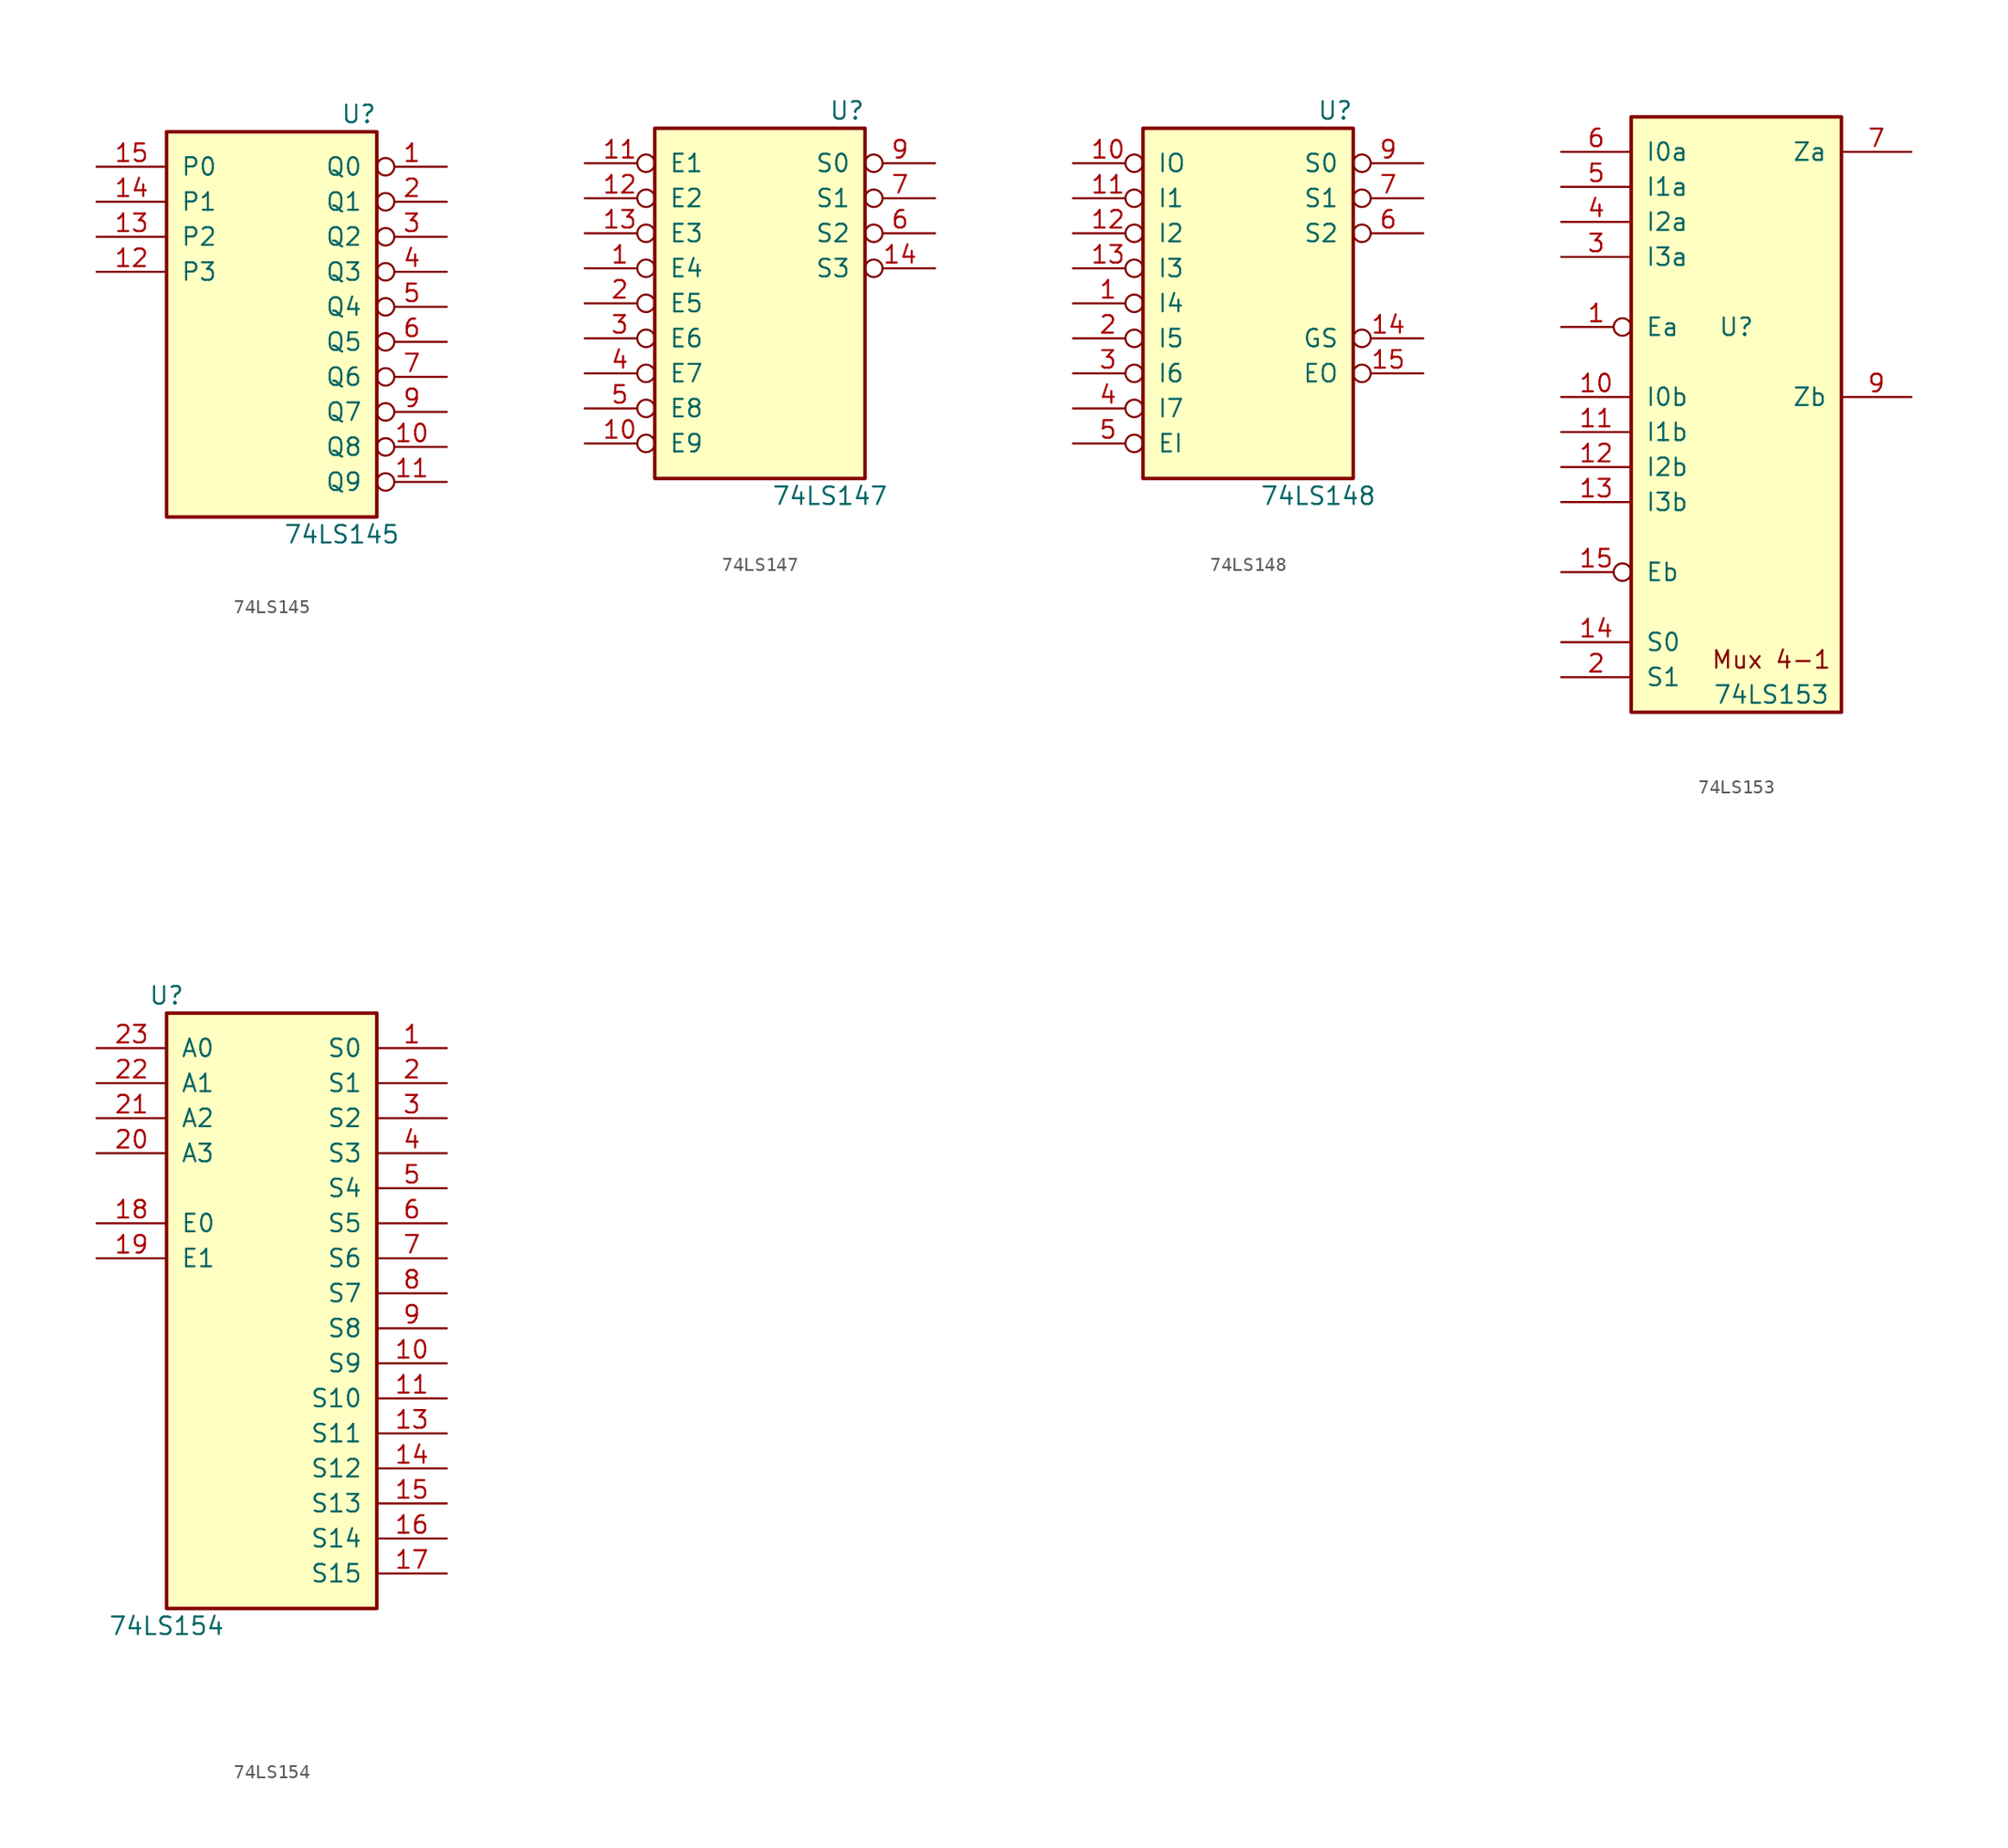
<source format=kicad_sym>
(kicad_symbol_lib
  (version 20231120)
  (generator "kicad_symbol_editor")
  (generator_version "8.0")
  (symbol "74LS145"
    (pin_names
      (offset 1.016))
    (property "Reference" "U"
      (at 7.62 13.97 0)
      (effects (font (size 1.27 1.27)) (justify right)))
    (property "Value" "74LS145"
      (at 5.08 -16.51 0)
      (effects (font (size 1.27 1.27))))
    (property "ki_locked" ""
      (at 0 0 0)
      (effects (font (size 1.27 1.27))))
    (symbol "74LS145_1_0"
      (pin open_collector inverted (at 12.7 10.16 180) (length 5.08) (name "Q0" (effects (font (size 1.27 1.27)))) (number "1" (effects (font (size 1.27 1.27)))))
      (pin open_collector inverted (at 12.7 -10.16 180) (length 5.08) (name "Q8" (effects (font (size 1.27 1.27)))) (number "10" (effects (font (size 1.27 1.27)))))
      (pin open_collector inverted (at 12.7 -12.7 180) (length 5.08) (name "Q9" (effects (font (size 1.27 1.27)))) (number "11" (effects (font (size 1.27 1.27)))))
      (pin input line (at -12.7 2.54 0) (length 5.08) (name "P3" (effects (font (size 1.27 1.27)))) (number "12" (effects (font (size 1.27 1.27)))))
      (pin input line (at -12.7 5.08 0) (length 5.08) (name "P2" (effects (font (size 1.27 1.27)))) (number "13" (effects (font (size 1.27 1.27)))))
      (pin input line (at -12.7 7.62 0) (length 5.08) (name "P1" (effects (font (size 1.27 1.27)))) (number "14" (effects (font (size 1.27 1.27)))))
      (pin input line (at -12.7 10.16 0) (length 5.08) (name "P0" (effects (font (size 1.27 1.27)))) (number "15" (effects (font (size 1.27 1.27)))))
      (pin power_in line (at 0 12.7 270) (length 1.27) hide (name "VCC" (effects (font (size 1.27 1.27)))) (number "16" (effects (font (size 1.27 1.27)))))
      (pin open_collector inverted (at 12.7 7.62 180) (length 5.08) (name "Q1" (effects (font (size 1.27 1.27)))) (number "2" (effects (font (size 1.27 1.27)))))
      (pin open_collector inverted (at 12.7 5.08 180) (length 5.08) (name "Q2" (effects (font (size 1.27 1.27)))) (number "3" (effects (font (size 1.27 1.27)))))
      (pin open_collector inverted (at 12.7 2.54 180) (length 5.08) (name "Q3" (effects (font (size 1.27 1.27)))) (number "4" (effects (font (size 1.27 1.27)))))
      (pin open_collector inverted (at 12.7 0 180) (length 5.08) (name "Q4" (effects (font (size 1.27 1.27)))) (number "5" (effects (font (size 1.27 1.27)))))
      (pin open_collector inverted (at 12.7 -2.54 180) (length 5.08) (name "Q5" (effects (font (size 1.27 1.27)))) (number "6" (effects (font (size 1.27 1.27)))))
      (pin open_collector inverted (at 12.7 -5.08 180) (length 5.08) (name "Q6" (effects (font (size 1.27 1.27)))) (number "7" (effects (font (size 1.27 1.27)))))
      (pin power_in line (at 0 -15.24 90) (length 1.27) hide (name "GND" (effects (font (size 1.27 1.27)))) (number "8" (effects (font (size 1.27 1.27)))))
      (pin open_collector inverted (at 12.7 -7.62 180) (length 5.08) (name "Q7" (effects (font (size 1.27 1.27)))) (number "9" (effects (font (size 1.27 1.27))))))
    (symbol "74LS145_1_1"
      (rectangle (start -7.62 12.7) (end 7.62 -15.24) (stroke (width 0.254) (type default)) (fill (type background)))))
  (symbol "74LS147"
    (pin_names
      (offset 1.016))
    (property "Reference" "U"
      (at 7.62 13.97 0)
      (effects (font (size 1.27 1.27)) (justify right)))
    (property "Value" "74LS147"
      (at 5.08 -13.97 0)
      (effects (font (size 1.27 1.27))))
    (property "ki_locked" ""
      (at 0 0 0)
      (effects (font (size 1.27 1.27))))
    (symbol "74LS147_1_0"
      (pin input inverted (at -12.7 2.54 0) (length 5.08) (name "E4" (effects (font (size 1.27 1.27)))) (number "1" (effects (font (size 1.27 1.27)))))
      (pin input inverted (at -12.7 -10.16 0) (length 5.08) (name "E9" (effects (font (size 1.27 1.27)))) (number "10" (effects (font (size 1.27 1.27)))))
      (pin input inverted (at -12.7 10.16 0) (length 5.08) (name "E1" (effects (font (size 1.27 1.27)))) (number "11" (effects (font (size 1.27 1.27)))))
      (pin input inverted (at -12.7 7.62 0) (length 5.08) (name "E2" (effects (font (size 1.27 1.27)))) (number "12" (effects (font (size 1.27 1.27)))))
      (pin input inverted (at -12.7 5.08 0) (length 5.08) (name "E3" (effects (font (size 1.27 1.27)))) (number "13" (effects (font (size 1.27 1.27)))))
      (pin output inverted (at 12.7 2.54 180) (length 5.08) (name "S3" (effects (font (size 1.27 1.27)))) (number "14" (effects (font (size 1.27 1.27)))))
      (pin power_in line (at 0 12.7 270) (length 1.27) hide (name "VCC" (effects (font (size 1.27 1.27)))) (number "16" (effects (font (size 1.27 1.27)))))
      (pin input inverted (at -12.7 0 0) (length 5.08) (name "E5" (effects (font (size 1.27 1.27)))) (number "2" (effects (font (size 1.27 1.27)))))
      (pin input inverted (at -12.7 -2.54 0) (length 5.08) (name "E6" (effects (font (size 1.27 1.27)))) (number "3" (effects (font (size 1.27 1.27)))))
      (pin input inverted (at -12.7 -5.08 0) (length 5.08) (name "E7" (effects (font (size 1.27 1.27)))) (number "4" (effects (font (size 1.27 1.27)))))
      (pin input inverted (at -12.7 -7.62 0) (length 5.08) (name "E8" (effects (font (size 1.27 1.27)))) (number "5" (effects (font (size 1.27 1.27)))))
      (pin output inverted (at 12.7 5.08 180) (length 5.08) (name "S2" (effects (font (size 1.27 1.27)))) (number "6" (effects (font (size 1.27 1.27)))))
      (pin output inverted (at 12.7 7.62 180) (length 5.08) (name "S1" (effects (font (size 1.27 1.27)))) (number "7" (effects (font (size 1.27 1.27)))))
      (pin power_in line (at 0 -12.7 90) (length 1.27) hide (name "GND" (effects (font (size 1.27 1.27)))) (number "8" (effects (font (size 1.27 1.27)))))
      (pin output inverted (at 12.7 10.16 180) (length 5.08) (name "S0" (effects (font (size 1.27 1.27)))) (number "9" (effects (font (size 1.27 1.27))))))
    (symbol "74LS147_1_1"
      (rectangle (start -7.62 12.7) (end 7.62 -12.7) (stroke (width 0.254) (type default)) (fill (type background)))))
  (symbol "74LS148"
    (pin_names
      (offset 1.016))
    (property "Reference" "U"
      (at 7.62 13.97 0)
      (effects (font (size 1.27 1.27)) (justify right)))
    (property "Value" "74LS148"
      (at 5.08 -13.97 0)
      (effects (font (size 1.27 1.27))))
    (property "ki_locked" ""
      (at 0 0 0)
      (effects (font (size 1.27 1.27))))
    (symbol "74LS148_1_0"
      (pin input inverted (at -12.7 0 0) (length 5.08) (name "I4" (effects (font (size 1.27 1.27)))) (number "1" (effects (font (size 1.27 1.27)))))
      (pin input inverted (at -12.7 10.16 0) (length 5.08) (name "IO" (effects (font (size 1.27 1.27)))) (number "10" (effects (font (size 1.27 1.27)))))
      (pin input inverted (at -12.7 7.62 0) (length 5.08) (name "I1" (effects (font (size 1.27 1.27)))) (number "11" (effects (font (size 1.27 1.27)))))
      (pin input inverted (at -12.7 5.08 0) (length 5.08) (name "I2" (effects (font (size 1.27 1.27)))) (number "12" (effects (font (size 1.27 1.27)))))
      (pin input inverted (at -12.7 2.54 0) (length 5.08) (name "I3" (effects (font (size 1.27 1.27)))) (number "13" (effects (font (size 1.27 1.27)))))
      (pin output inverted (at 12.7 -2.54 180) (length 5.08) (name "GS" (effects (font (size 1.27 1.27)))) (number "14" (effects (font (size 1.27 1.27)))))
      (pin output inverted (at 12.7 -5.08 180) (length 5.08) (name "EO" (effects (font (size 1.27 1.27)))) (number "15" (effects (font (size 1.27 1.27)))))
      (pin power_in line (at 0 12.7 270) (length 1.27) hide (name "VCC" (effects (font (size 1.27 1.27)))) (number "16" (effects (font (size 1.27 1.27)))))
      (pin input inverted (at -12.7 -2.54 0) (length 5.08) (name "I5" (effects (font (size 1.27 1.27)))) (number "2" (effects (font (size 1.27 1.27)))))
      (pin input inverted (at -12.7 -5.08 0) (length 5.08) (name "I6" (effects (font (size 1.27 1.27)))) (number "3" (effects (font (size 1.27 1.27)))))
      (pin input inverted (at -12.7 -7.62 0) (length 5.08) (name "I7" (effects (font (size 1.27 1.27)))) (number "4" (effects (font (size 1.27 1.27)))))
      (pin input inverted (at -12.7 -10.16 0) (length 5.08) (name "EI" (effects (font (size 1.27 1.27)))) (number "5" (effects (font (size 1.27 1.27)))))
      (pin output inverted (at 12.7 5.08 180) (length 5.08) (name "S2" (effects (font (size 1.27 1.27)))) (number "6" (effects (font (size 1.27 1.27)))))
      (pin output inverted (at 12.7 7.62 180) (length 5.08) (name "S1" (effects (font (size 1.27 1.27)))) (number "7" (effects (font (size 1.27 1.27)))))
      (pin power_in line (at 0 -12.7 90) (length 1.27) hide (name "GND" (effects (font (size 1.27 1.27)))) (number "8" (effects (font (size 1.27 1.27)))))
      (pin output inverted (at 12.7 10.16 180) (length 5.08) (name "S0" (effects (font (size 1.27 1.27)))) (number "9" (effects (font (size 1.27 1.27))))))
    (symbol "74LS148_1_1"
      (rectangle (start -7.62 12.7) (end 7.62 -12.7) (stroke (width 0.254) (type default)) (fill (type background)))))
  (symbol "74LS153"
    (pin_names
      (offset 1.016))
    (property "Reference" "U"
      (at 0 5.08 0)
      (effects (font (size 1.27 1.27))))
    (property "Value" "74LS153"
      (at 2.54 -21.59 0)
      (effects (font (size 1.27 1.27))))
    (property "ki_locked" ""
      (at 0 0 0)
      (effects (font (size 1.27 1.27))))
    (symbol "74LS153_0_0"
      (text "Mux 4-1" (at 2.54 -19.05 0) (effects (font (size 1.27 1.27)))))
    (symbol "74LS153_1_0"
      (pin input inverted (at -12.7 5.08 0) (length 5.08) (name "Ea" (effects (font (size 1.27 1.27)))) (number "1" (effects (font (size 1.27 1.27)))))
      (pin input line (at -12.7 0 0) (length 5.08) (name "I0b" (effects (font (size 1.27 1.27)))) (number "10" (effects (font (size 1.27 1.27)))))
      (pin input line (at -12.7 -2.54 0) (length 5.08) (name "I1b" (effects (font (size 1.27 1.27)))) (number "11" (effects (font (size 1.27 1.27)))))
      (pin input line (at -12.7 -5.08 0) (length 5.08) (name "I2b" (effects (font (size 1.27 1.27)))) (number "12" (effects (font (size 1.27 1.27)))))
      (pin input line (at -12.7 -7.62 0) (length 5.08) (name "I3b" (effects (font (size 1.27 1.27)))) (number "13" (effects (font (size 1.27 1.27)))))
      (pin input line (at -12.7 -17.78 0) (length 5.08) (name "S0" (effects (font (size 1.27 1.27)))) (number "14" (effects (font (size 1.27 1.27)))))
      (pin input inverted (at -12.7 -12.7 0) (length 5.08) (name "Eb" (effects (font (size 1.27 1.27)))) (number "15" (effects (font (size 1.27 1.27)))))
      (pin input line (at -12.7 -20.32 0) (length 5.08) (name "S1" (effects (font (size 1.27 1.27)))) (number "2" (effects (font (size 1.27 1.27)))))
      (pin input line (at -12.7 10.16 0) (length 5.08) (name "I3a" (effects (font (size 1.27 1.27)))) (number "3" (effects (font (size 1.27 1.27)))))
      (pin input line (at -12.7 12.7 0) (length 5.08) (name "I2a" (effects (font (size 1.27 1.27)))) (number "4" (effects (font (size 1.27 1.27)))))
      (pin input line (at -12.7 15.24 0) (length 5.08) (name "I1a" (effects (font (size 1.27 1.27)))) (number "5" (effects (font (size 1.27 1.27)))))
      (pin input line (at -12.7 17.78 0) (length 5.08) (name "I0a" (effects (font (size 1.27 1.27)))) (number "6" (effects (font (size 1.27 1.27)))))
      (pin output line (at 12.7 17.78 180) (length 5.08) (name "Za" (effects (font (size 1.27 1.27)))) (number "7" (effects (font (size 1.27 1.27)))))
      (pin output line (at 12.7 0 180) (length 5.08) (name "Zb" (effects (font (size 1.27 1.27)))) (number "9" (effects (font (size 1.27 1.27))))))
    (symbol "74LS153_1_1"
      (rectangle (start -7.62 20.32) (end 7.62 -22.86) (stroke (width 0.254) (type default)) (fill (type background)))))
  (symbol "74LS154"
    (pin_names
      (offset 1.016))
    (property "Reference" "U"
      (at -7.62 21.59 0)
      (effects (font (size 1.27 1.27))))
    (property "Value" "74LS154"
      (at -7.62 -24.13 0)
      (effects (font (size 1.27 1.27))))
    (property "ki_locked" ""
      (at 0 0 0)
      (effects (font (size 1.27 1.27))))
    (symbol "74LS154_1_0"
      (pin output line (at 12.7 17.78 180) (length 5.08) (name "S0" (effects (font (size 1.27 1.27)))) (number "1" (effects (font (size 1.27 1.27)))))
      (pin output line (at 12.7 -5.08 180) (length 5.08) (name "S9" (effects (font (size 1.27 1.27)))) (number "10" (effects (font (size 1.27 1.27)))))
      (pin output line (at 12.7 -7.62 180) (length 5.08) (name "S10" (effects (font (size 1.27 1.27)))) (number "11" (effects (font (size 1.27 1.27)))))
      (pin input line (at 0 -27.94 90) (length 5.08) hide (name "GND" (effects (font (size 1.27 1.27)))) (number "12" (effects (font (size 1.27 1.27)))))
      (pin output line (at 12.7 -10.16 180) (length 5.08) (name "S11" (effects (font (size 1.27 1.27)))) (number "13" (effects (font (size 1.27 1.27)))))
      (pin output line (at 12.7 -12.7 180) (length 5.08) (name "S12" (effects (font (size 1.27 1.27)))) (number "14" (effects (font (size 1.27 1.27)))))
      (pin output line (at 12.7 -15.24 180) (length 5.08) (name "S13" (effects (font (size 1.27 1.27)))) (number "15" (effects (font (size 1.27 1.27)))))
      (pin output line (at 12.7 -17.78 180) (length 5.08) (name "S14" (effects (font (size 1.27 1.27)))) (number "16" (effects (font (size 1.27 1.27)))))
      (pin output line (at 12.7 -20.32 180) (length 5.08) (name "S15" (effects (font (size 1.27 1.27)))) (number "17" (effects (font (size 1.27 1.27)))))
      (pin input line (at -12.7 5.08 0) (length 5.08) (name "E0" (effects (font (size 1.27 1.27)))) (number "18" (effects (font (size 1.27 1.27)))))
      (pin input line (at -12.7 2.54 0) (length 5.08) (name "E1" (effects (font (size 1.27 1.27)))) (number "19" (effects (font (size 1.27 1.27)))))
      (pin output line (at 12.7 15.24 180) (length 5.08) (name "S1" (effects (font (size 1.27 1.27)))) (number "2" (effects (font (size 1.27 1.27)))))
      (pin input line (at -12.7 10.16 0) (length 5.08) (name "A3" (effects (font (size 1.27 1.27)))) (number "20" (effects (font (size 1.27 1.27)))))
      (pin input line (at -12.7 12.7 0) (length 5.08) (name "A2" (effects (font (size 1.27 1.27)))) (number "21" (effects (font (size 1.27 1.27)))))
      (pin input line (at -12.7 15.24 0) (length 5.08) (name "A1" (effects (font (size 1.27 1.27)))) (number "22" (effects (font (size 1.27 1.27)))))
      (pin input line (at -12.7 17.78 0) (length 5.08) (name "A0" (effects (font (size 1.27 1.27)))) (number "23" (effects (font (size 1.27 1.27)))))
      (pin input line (at 0 25.4 270) (length 5.08) hide (name "VCC" (effects (font (size 1.27 1.27)))) (number "24" (effects (font (size 1.27 1.27)))))
      (pin output line (at 12.7 12.7 180) (length 5.08) (name "S2" (effects (font (size 1.27 1.27)))) (number "3" (effects (font (size 1.27 1.27)))))
      (pin output line (at 12.7 10.16 180) (length 5.08) (name "S3" (effects (font (size 1.27 1.27)))) (number "4" (effects (font (size 1.27 1.27)))))
      (pin output line (at 12.7 7.62 180) (length 5.08) (name "S4" (effects (font (size 1.27 1.27)))) (number "5" (effects (font (size 1.27 1.27)))))
      (pin output line (at 12.7 5.08 180) (length 5.08) (name "S5" (effects (font (size 1.27 1.27)))) (number "6" (effects (font (size 1.27 1.27)))))
      (pin output line (at 12.7 2.54 180) (length 5.08) (name "S6" (effects (font (size 1.27 1.27)))) (number "7" (effects (font (size 1.27 1.27)))))
      (pin output line (at 12.7 0 180) (length 5.08) (name "S7" (effects (font (size 1.27 1.27)))) (number "8" (effects (font (size 1.27 1.27)))))
      (pin output line (at 12.7 -2.54 180) (length 5.08) (name "S8" (effects (font (size 1.27 1.27)))) (number "9" (effects (font (size 1.27 1.27))))))
    (symbol "74LS154_1_1"
      (rectangle (start -7.62 20.32) (end 7.62 -22.86) (stroke (width 0.254) (type default)) (fill (type background))))))
</source>
